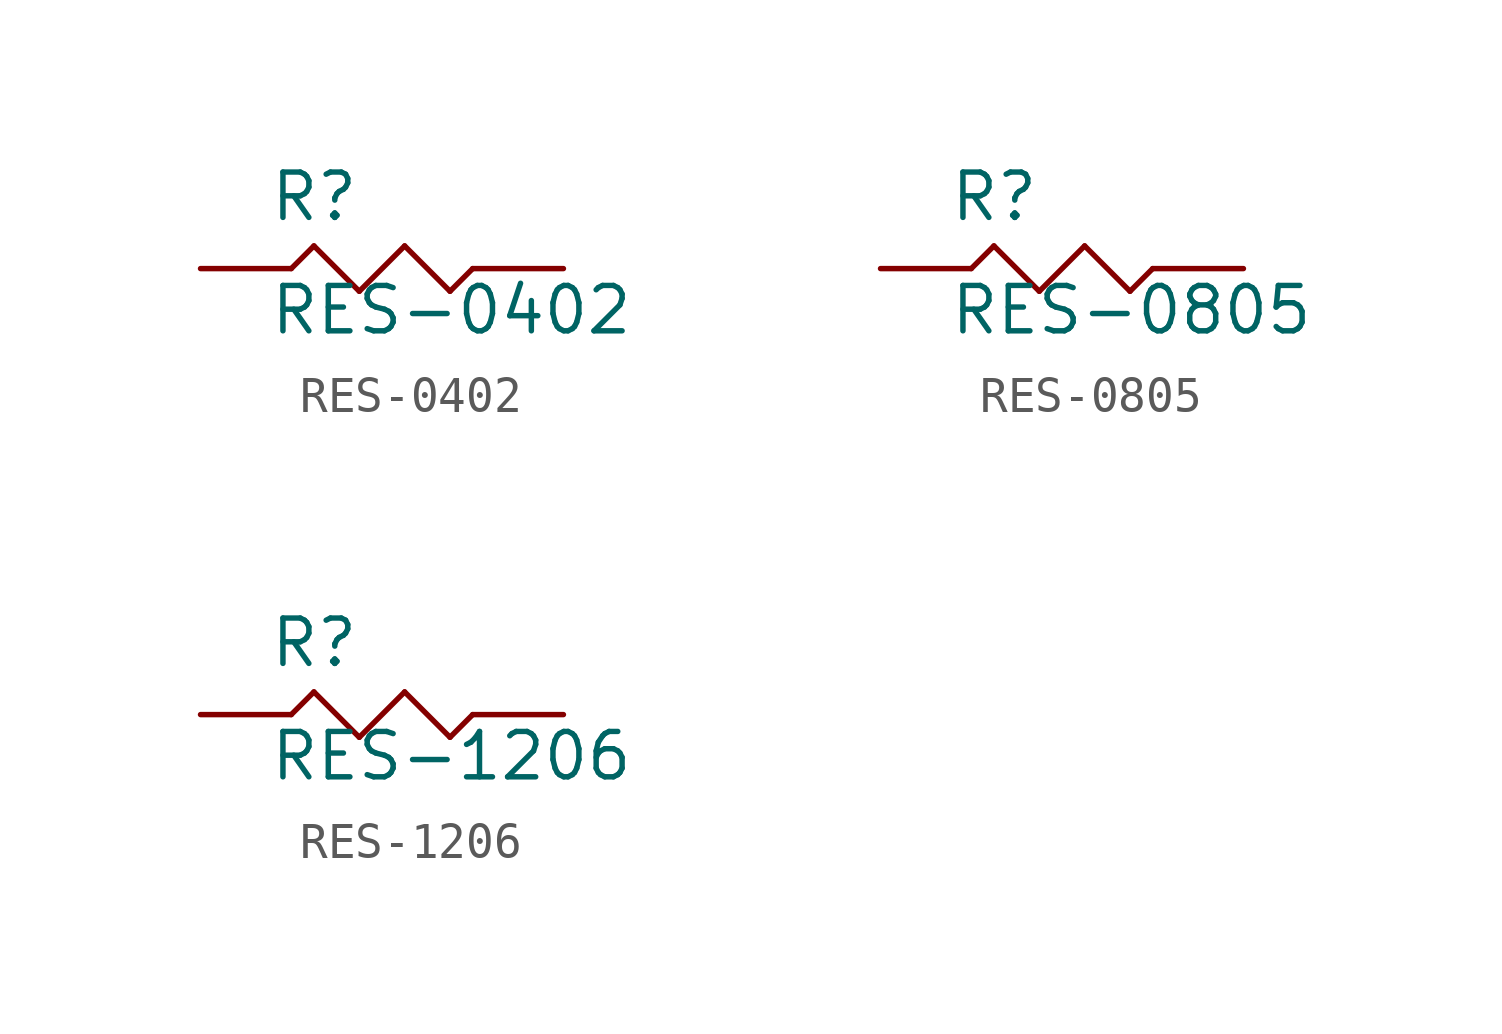
<source format=kicad_sym>
(kicad_symbol_lib
  (version 20211014)
  (generator kicad_symbol_editor)
  (symbol "RES-0402"
    (pin_numbers hide)
    (pin_names hide)
    (property "Reference" "R"
      (at -3.175 1.27 0)
      (effects (font (size 1.27 1.27)) (justify left bottom)))
    (property "Value" "RES-0402"
      (at -3.175 -1.905 0)
      (effects (font (size 1.27 1.27)) (justify left bottom)))
    (property "Datasheet" ""
      (at 0 0 0))
    (property "ki_description" "https://www.digikey.com/en/products/filter/chip-resistor-surface-mount/52?s=N4IgjCBcpgbFoDGUBmBDANgZwKYBoQB7KAbRAGYBOAJgBZ4BdAgBwBcoQBlVgJwEsAdgHMQAX1EFqpEDxxY%2BWVoR4gGooA "
      (at 0 0 0))
    (property "ki_fp_filters" "FlashPCB_Resistors:RES-0402"
      (at 0 0 0))
    (symbol "RES-0402_1_1"
      (polyline (pts (xy -2.54 0) (xy -1.905 0.635)) (stroke (width 0.152)) (fill (type none)))
      (polyline (pts (xy -1.905 0.635) (xy -0.635 -0.635)) (stroke (width 0.152)) (fill (type none)))
      (polyline (pts (xy -0.635 -0.635) (xy 0.635 0.635)) (stroke (width 0.152)) (fill (type none)))
      (polyline (pts (xy 0.635 0.635) (xy 1.905 -0.635)) (stroke (width 0.152)) (fill (type none)))
      (polyline (pts (xy 1.905 -0.635) (xy 2.54 0)) (stroke (width 0.152)) (fill (type none)))
      (pin bidirectional line (at -5.08 0 0) (length 2.54) (name "1" (effects (font (size 0 0)))) (number "1" (effects (font (size 0 0)))))
      (pin bidirectional line (at 5.08 0 180) (length 2.54) (name "2" (effects (font (size 0 0)))) (number "2" (effects (font (size 0 0)))))))
  (symbol "RES-0805"
    (pin_numbers hide)
    (pin_names hide)
    (property "Reference" "R"
      (at -3.175 1.27 0)
      (effects (font (size 1.27 1.27)) (justify left bottom)))
    (property "Value" "RES-0805"
      (at -3.175 -1.905 0)
      (effects (font (size 1.27 1.27)) (justify left bottom)))
    (property "Datasheet" ""
      (at 0 0 0))
    (property "ki_description" "https://www.digikey.com/en/products/filter/chip-resistor-surface-mount/52?s=N4IgjCBcpgbFoDGUBmBDANgZwKYBoQB7KAbRAGYBOAJgBZ4BdAgBwBcoQBlVgJwEsAdgHMQAX1EFqpEDxxY%2BWVoR4gGooA "
      (at 0 0 0))
    (property "ki_fp_filters" "FlashPCB_Resistors:RES-0805"
      (at 0 0 0))
    (symbol "RES-0805_1_1"
      (polyline (pts (xy -2.54 0) (xy -1.905 0.635)) (stroke (width 0.152)) (fill (type none)))
      (polyline (pts (xy -1.905 0.635) (xy -0.635 -0.635)) (stroke (width 0.152)) (fill (type none)))
      (polyline (pts (xy -0.635 -0.635) (xy 0.635 0.635)) (stroke (width 0.152)) (fill (type none)))
      (polyline (pts (xy 0.635 0.635) (xy 1.905 -0.635)) (stroke (width 0.152)) (fill (type none)))
      (polyline (pts (xy 1.905 -0.635) (xy 2.54 0)) (stroke (width 0.152)) (fill (type none)))
      (pin bidirectional line (at -5.08 0 0) (length 2.54) (name "1" (effects (font (size 0 0)))) (number "1" (effects (font (size 0 0)))))
      (pin bidirectional line (at 5.08 0 180) (length 2.54) (name "2" (effects (font (size 0 0)))) (number "2" (effects (font (size 0 0)))))))
  (symbol "RES-1206"
    (pin_numbers hide)
    (pin_names hide)
    (property "Reference" "R"
      (at -3.175 1.27 0)
      (effects (font (size 1.27 1.27)) (justify left bottom)))
    (property "Value" "RES-1206"
      (at -3.175 -1.905 0)
      (effects (font (size 1.27 1.27)) (justify left bottom)))
    (property "Datasheet" ""
      (at 0 0 0))
    (property "ki_description" "https://www.digikey.com/en/products/filter/chip-resistor-surface-mount/52?s=N4IgjCBcpgbFoDGUBmBDANgZwKYBoQB7KAbRAGYBOAJgBZ4BdAgBwBcoQBlVgJwEsAdgHMQAX1EFqpEDxxY%2BWVoR4gGooA "
      (at 0 0 0))
    (property "ki_fp_filters" "FlashPCB_Resistors:RES-1206"
      (at 0 0 0))
    (symbol "RES-1206_1_1"
      (polyline (pts (xy -2.54 0) (xy -1.905 0.635)) (stroke (width 0.152)) (fill (type none)))
      (polyline (pts (xy -1.905 0.635) (xy -0.635 -0.635)) (stroke (width 0.152)) (fill (type none)))
      (polyline (pts (xy -0.635 -0.635) (xy 0.635 0.635)) (stroke (width 0.152)) (fill (type none)))
      (polyline (pts (xy 0.635 0.635) (xy 1.905 -0.635)) (stroke (width 0.152)) (fill (type none)))
      (polyline (pts (xy 1.905 -0.635) (xy 2.54 0)) (stroke (width 0.152)) (fill (type none)))
      (pin bidirectional line (at -5.08 0 0) (length 2.54) (name "1" (effects (font (size 0 0)))) (number "1" (effects (font (size 0 0)))))
      (pin bidirectional line (at 5.08 0 180) (length 2.54) (name "2" (effects (font (size 0 0)))) (number "2" (effects (font (size 0 0))))))))
</source>
